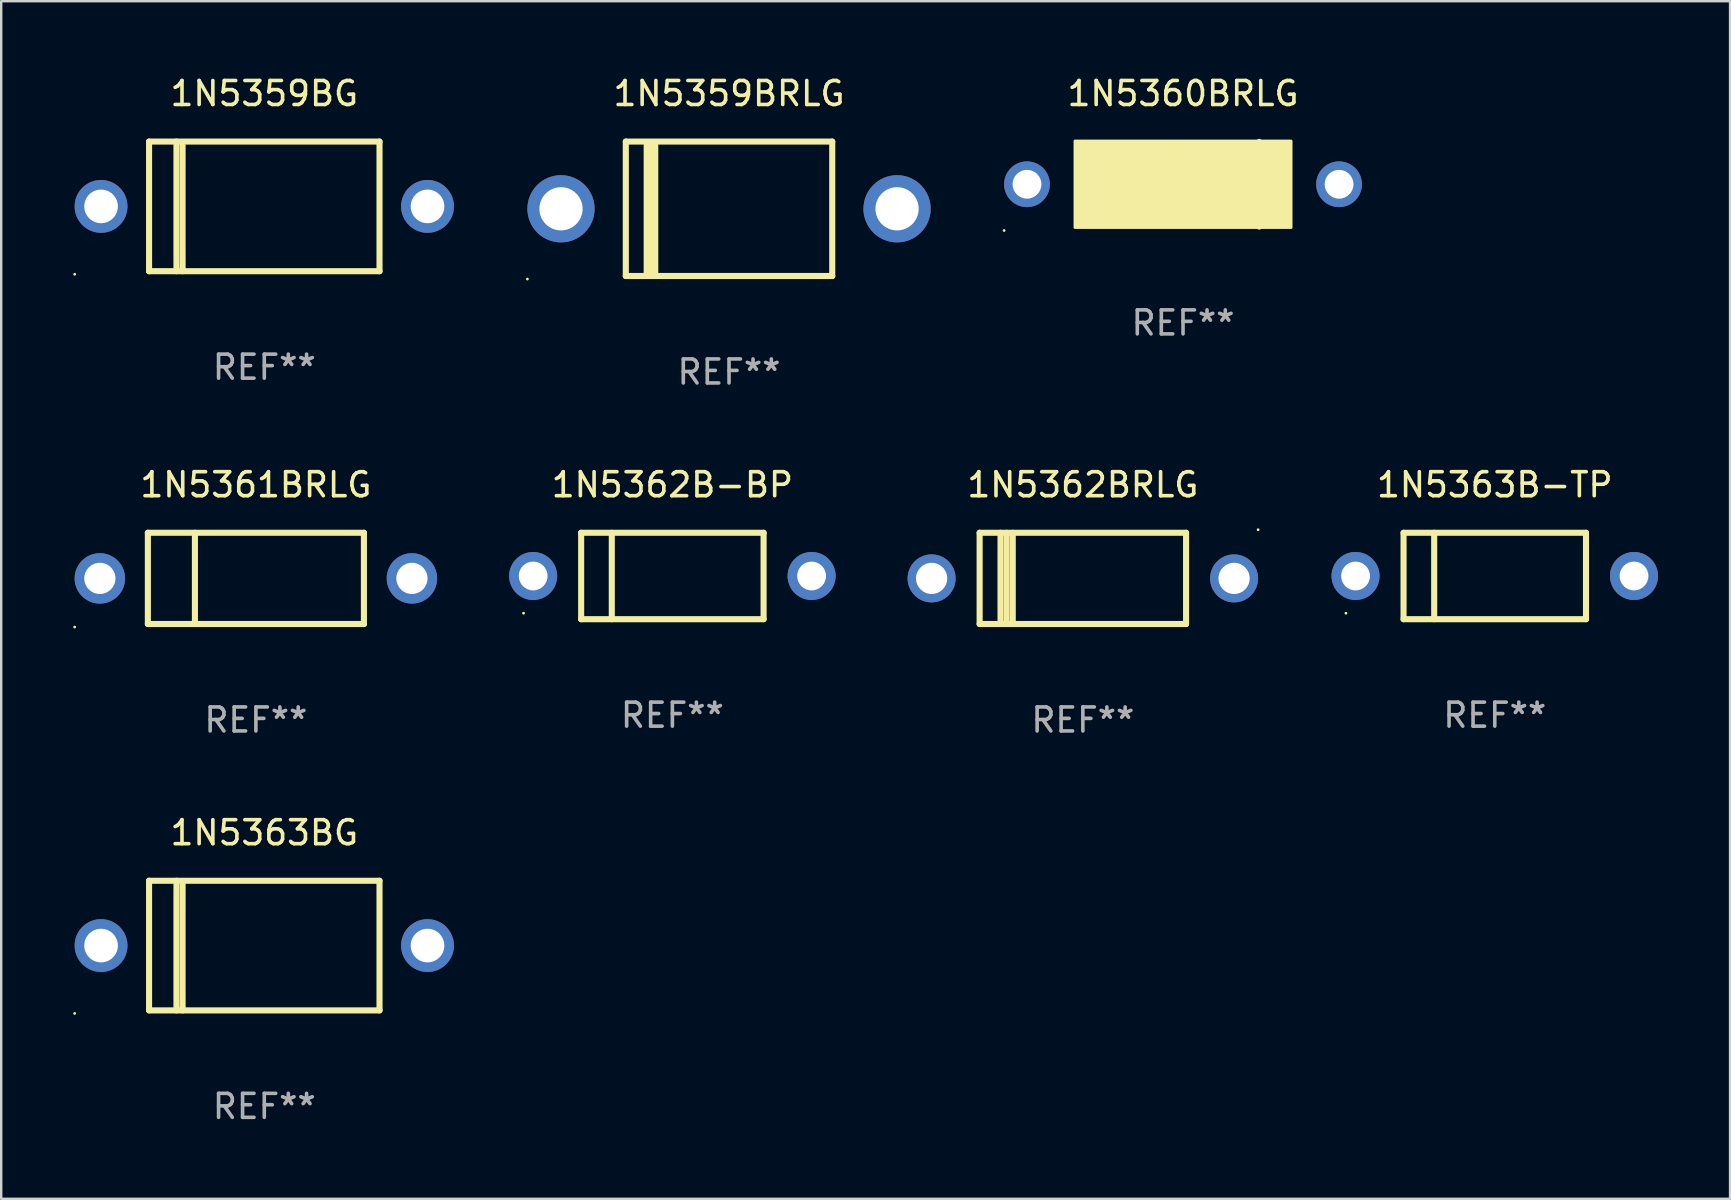
<source format=kicad_pcb>
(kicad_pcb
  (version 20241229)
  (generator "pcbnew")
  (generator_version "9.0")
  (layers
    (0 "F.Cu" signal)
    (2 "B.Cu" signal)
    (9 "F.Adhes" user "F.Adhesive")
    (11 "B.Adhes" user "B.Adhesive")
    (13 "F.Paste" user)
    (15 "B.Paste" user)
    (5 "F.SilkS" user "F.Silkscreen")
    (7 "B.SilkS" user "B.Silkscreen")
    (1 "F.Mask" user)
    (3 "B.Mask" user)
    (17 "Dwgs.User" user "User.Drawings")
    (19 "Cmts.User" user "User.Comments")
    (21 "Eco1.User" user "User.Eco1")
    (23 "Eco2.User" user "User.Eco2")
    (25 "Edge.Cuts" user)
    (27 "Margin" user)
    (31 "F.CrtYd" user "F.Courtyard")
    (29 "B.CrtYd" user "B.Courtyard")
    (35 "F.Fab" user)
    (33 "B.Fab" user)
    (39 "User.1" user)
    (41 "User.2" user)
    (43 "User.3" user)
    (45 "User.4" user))
  (footprint "1N5361BRLG"
    (layer "F.Cu")
    (at 7.61 21.045)
    (property "Reference" "1N5361BRLG" (at 0 -3.9 0) (layer "F.SilkS") (effects (font (size 1 1) (thickness 0.15))))
    (attr through_hole)
    (fp_line (start -4.5 -1.9) (end -4.5 1.9) (stroke (width 0.254) (type solid)) (layer "F.SilkS"))
    (fp_line (start -4.5 -1.9) (end 4.5 -1.9) (stroke (width 0.254) (type solid)) (layer "F.SilkS"))
    (fp_line (start -4.5 1.9) (end 4.5 1.9) (stroke (width 0.254) (type solid)) (layer "F.SilkS"))
    (fp_line (start -2.54 -1.9) (end -2.54 1.9) (stroke (width 0.254) (type solid)) (layer "F.SilkS"))
    (fp_line (start 4.5 -1.9) (end 4.5 1.9) (stroke (width 0.254) (type solid)) (layer "F.SilkS"))
    (fp_circle (center -7.55 2.027) (end -7.52 2.027) (stroke (width 0.06) (type solid)) (fill no) (layer "F.SilkS"))
    (fp_text user "REF**" (at 0 5.9 0) (layer "F.Fab") (effects (font (size 1 1) (thickness 0.15))))
    (pad "1" thru_hole circle (at -6.5 0) (size 2.1 2.1) (drill 1.3) (layers "*.Cu" "*.Mask"))
    (pad "2" thru_hole circle (at 6.5 0) (size 2.1 2.1) (drill 1.3) (layers "*.Cu" "*.Mask")))
  (footprint "1N5362BRLG"
    (layer "F.Cu")
    (at 42.06 21.045)
    (property "Reference" "1N5362BRLG" (at 0 -3.9 0) (layer "F.SilkS") (effects (font (size 1 1) (thickness 0.15))))
    (attr through_hole)
    (fp_line (start -4.3 -1.9) (end 4.3 -1.9) (stroke (width 0.254) (type solid)) (layer "F.SilkS"))
    (fp_line (start -4.3 1.9) (end -4.3 -1.9) (stroke (width 0.254) (type solid)) (layer "F.SilkS"))
    (fp_line (start -3.429 1.9) (end -3.429 -1.9) (stroke (width 0.254) (type solid)) (layer "F.SilkS"))
    (fp_line (start -3.175 1.9) (end -3.175 -1.9) (stroke (width 0.254) (type solid)) (layer "F.SilkS"))
    (fp_line (start -2.921 1.9) (end -2.921 -1.9) (stroke (width 0.254) (type solid)) (layer "F.SilkS"))
    (fp_line (start 4.3 -1.9) (end 4.3 1.9) (stroke (width 0.254) (type solid)) (layer "F.SilkS"))
    (fp_line (start 4.3 1.9) (end -4.3 1.9) (stroke (width 0.254) (type solid)) (layer "F.SilkS"))
    (fp_circle (center 7.3 -2.027) (end 7.33 -2.027) (stroke (width 0.06) (type solid)) (fill no) (layer "F.SilkS"))
    (fp_text user "REF**" (at 0 5.9 0) (layer "F.Fab") (effects (font (size 1 1) (thickness 0.15))))
    (pad "1" thru_hole circle (at 6.3 0) (size 2 2) (drill 1.3) (layers "*.Cu" "*.Mask"))
    (pad "2" thru_hole circle (at -6.3 0) (size 2 2) (drill 1.3) (layers "*.Cu" "*.Mask")))
  (footprint "1N5360BRLG"
    (layer "F.Cu")
    (at 46.233 4.626)
    (property "Reference" "1N5360BRLG" (at 0 -3.778 0) (layer "F.SilkS") (effects (font (size 1 1) (thickness 0.15))))
    (attr through_hole)
    (fp_line (start 3.175 -1.778) (end 3.175 1.778) (stroke (width 0.229) (type solid)) (layer "F.SilkS"))
    (fp_circle (center -7.453 1.927) (end -7.423 1.927) (stroke (width 0.06) (type solid)) (fill no) (layer "F.SilkS"))
    (fp_poly (pts (xy -4.5 -1.8) (xy 4.5 -1.8) (xy 4.5 1.8) (xy -4.5 1.8)) (stroke (width 0.12) (type solid)) (fill yes) (layer "F.SilkS"))
    (fp_text user "REF**" (at 0 5.778 0) (layer "F.Fab") (effects (font (size 1 1) (thickness 0.15))))
    (pad "1" thru_hole circle (at -6.5 0) (size 1.905 1.905) (drill 1.2) (layers "*.Cu" "*.Mask"))
    (pad "2" thru_hole circle (at 6.5 0) (size 1.905 1.905) (drill 1.2) (layers "*.Cu" "*.Mask")))
  (footprint "1N5363BG"
    (layer "F.Cu")
    (at 7.96 36.341)
    (property "Reference" "1N5363BG" (at 0 -4.7 0) (layer "F.SilkS") (effects (font (size 1 1) (thickness 0.15))))
    (attr through_hole)
    (fp_line (start -4.8 -2.7) (end 4.8 -2.7) (stroke (width 0.254) (type solid)) (layer "F.SilkS"))
    (fp_line (start -4.8 2.7) (end -4.8 -2.7) (stroke (width 0.254) (type solid)) (layer "F.SilkS"))
    (fp_line (start -3.658 2.7) (end -3.658 -2.7) (stroke (width 0.254) (type solid)) (layer "F.SilkS"))
    (fp_line (start -3.404 2.7) (end -3.404 -2.54) (stroke (width 0.254) (type solid)) (layer "F.SilkS"))
    (fp_line (start 4.8 2.7) (end -4.8 2.7) (stroke (width 0.254) (type solid)) (layer "F.SilkS"))
    (fp_line (start 4.8 2.7) (end 4.8 -2.7) (stroke (width 0.254) (type solid)) (layer "F.SilkS"))
    (fp_circle (center -7.9 2.827) (end -7.87 2.827) (stroke (width 0.06) (type solid)) (fill no) (layer "F.SilkS"))
    (fp_text user "REF**" (at 0 6.7 0) (layer "F.Fab") (effects (font (size 1 1) (thickness 0.15))))
    (pad "1" thru_hole circle (at -6.8 0) (size 2.2 2.2) (drill 1.4) (layers "*.Cu" "*.Mask"))
    (pad "2" thru_hole circle (at 6.8 0) (size 2.2 2.2) (drill 1.4) (layers "*.Cu" "*.Mask")))
  (footprint "1N5359BG"
    (layer "F.Cu")
    (at 7.96 5.548)
    (property "Reference" "1N5359BG" (at 0 -4.7 0) (layer "F.SilkS") (effects (font (size 1 1) (thickness 0.15))))
    (attr through_hole)
    (fp_line (start -4.8 -2.7) (end 4.8 -2.7) (stroke (width 0.254) (type solid)) (layer "F.SilkS"))
    (fp_line (start -4.8 2.7) (end -4.8 -2.7) (stroke (width 0.254) (type solid)) (layer "F.SilkS"))
    (fp_line (start -3.658 2.7) (end -3.658 -2.7) (stroke (width 0.254) (type solid)) (layer "F.SilkS"))
    (fp_line (start -3.404 2.7) (end -3.404 -2.54) (stroke (width 0.254) (type solid)) (layer "F.SilkS"))
    (fp_line (start 4.8 2.7) (end -4.8 2.7) (stroke (width 0.254) (type solid)) (layer "F.SilkS"))
    (fp_line (start 4.8 2.7) (end 4.8 -2.7) (stroke (width 0.254) (type solid)) (layer "F.SilkS"))
    (fp_circle (center -7.9 2.827) (end -7.87 2.827) (stroke (width 0.06) (type solid)) (fill no) (layer "F.SilkS"))
    (fp_text user "REF**" (at 0 6.7 0) (layer "F.Fab") (effects (font (size 1 1) (thickness 0.15))))
    (pad "1" thru_hole circle (at -6.8 0) (size 2.2 2.2) (drill 1.4) (layers "*.Cu" "*.Mask"))
    (pad "2" thru_hole circle (at 6.8 0) (size 2.2 2.2) (drill 1.4) (layers "*.Cu" "*.Mask")))
  (footprint "1N5363B-TP"
    (layer "F.Cu")
    (at 59.22 20.945)
    (property "Reference" "1N5363B-TP" (at 0 -3.8 0) (layer "F.SilkS") (effects (font (size 1 1) (thickness 0.15))))
    (attr through_hole)
    (fp_line (start -3.8 -1.8) (end -3.8 1.8) (stroke (width 0.254) (type solid)) (layer "F.SilkS"))
    (fp_line (start -3.8 -1.8) (end 3.8 -1.8) (stroke (width 0.254) (type solid)) (layer "F.SilkS"))
    (fp_line (start -3.8 1.8) (end 3.8 1.8) (stroke (width 0.254) (type solid)) (layer "F.SilkS"))
    (fp_line (start -2.524 -1.8) (end -2.524 1.8) (stroke (width 0.254) (type solid)) (layer "F.SilkS"))
    (fp_line (start 3.8 -1.8) (end 3.8 1.8) (stroke (width 0.254) (type solid)) (layer "F.SilkS"))
    (fp_circle (center -6.2 1.55) (end -6.17 1.55) (stroke (width 0.06) (type solid)) (fill no) (layer "F.SilkS"))
    (fp_text user "REF**" (at 0 5.8 0) (layer "F.Fab") (effects (font (size 1 1) (thickness 0.15))))
    (pad "1" thru_hole circle (at -5.8 0) (size 2 2) (drill 1.2) (layers "*.Cu" "*.Mask"))
    (pad "2" thru_hole circle (at 5.8 0) (size 2 2) (drill 1.2) (layers "*.Cu" "*.Mask")))
  (footprint "1N5359BRLG"
    (layer "F.Cu")
    (at 27.32 5.648)
    (property "Reference" "1N5359BRLG" (at 0 -4.8 0) (layer "F.SilkS") (effects (font (size 1 1) (thickness 0.15))))
    (attr through_hole)
    (fp_line (start -4.3 -2.8) (end -4.3 2.8) (stroke (width 0.254) (type solid)) (layer "F.SilkS"))
    (fp_line (start -4.3 -2.8) (end 4.3 -2.8) (stroke (width 0.254) (type solid)) (layer "F.SilkS"))
    (fp_line (start -4.3 2.8) (end 4.3 2.8) (stroke (width 0.254) (type solid)) (layer "F.SilkS"))
    (fp_line (start -3.442 2.667) (end -3.442 -2.667) (stroke (width 0.229) (type solid)) (layer "F.SilkS"))
    (fp_line (start -3.315 2.667) (end -3.315 -2.667) (stroke (width 0.229) (type solid)) (layer "F.SilkS"))
    (fp_line (start -3.188 2.667) (end -3.188 -2.667) (stroke (width 0.229) (type solid)) (layer "F.SilkS"))
    (fp_line (start -3.061 2.667) (end -3.061 -2.667) (stroke (width 0.229) (type solid)) (layer "F.SilkS"))
    (fp_line (start 4.3 -2.8) (end 4.3 2.8) (stroke (width 0.254) (type solid)) (layer "F.SilkS"))
    (fp_circle (center -8.4 2.927) (end -8.37 2.927) (stroke (width 0.06) (type solid)) (fill no) (layer "F.SilkS"))
    (fp_text user "REF**" (at 0 6.8 0) (layer "F.Fab") (effects (font (size 1 1) (thickness 0.15))))
    (pad "1" thru_hole circle (at -7 0) (size 2.8 2.8) (drill 1.8) (layers "*.Cu" "*.Mask"))
    (pad "2" thru_hole circle (at 7 0) (size 2.8 2.8) (drill 1.8) (layers "*.Cu" "*.Mask")))
  (footprint "1N5362B-BP"
    (layer "F.Cu")
    (at 24.96 20.945)
    (property "Reference" "1N5362B-BP" (at 0 -3.8 0) (layer "F.SilkS") (effects (font (size 1 1) (thickness 0.15))))
    (attr through_hole)
    (fp_line (start -3.8 -1.8) (end -3.8 1.8) (stroke (width 0.254) (type solid)) (layer "F.SilkS"))
    (fp_line (start -3.8 -1.8) (end 3.8 -1.8) (stroke (width 0.254) (type solid)) (layer "F.SilkS"))
    (fp_line (start -3.8 1.8) (end 3.8 1.8) (stroke (width 0.254) (type solid)) (layer "F.SilkS"))
    (fp_line (start -2.524 -1.8) (end -2.524 1.8) (stroke (width 0.254) (type solid)) (layer "F.SilkS"))
    (fp_line (start 3.8 -1.8) (end 3.8 1.8) (stroke (width 0.254) (type solid)) (layer "F.SilkS"))
    (fp_circle (center -6.2 1.55) (end -6.17 1.55) (stroke (width 0.06) (type solid)) (fill no) (layer "F.SilkS"))
    (fp_text user "REF**" (at 0 5.8 0) (layer "F.Fab") (effects (font (size 1 1) (thickness 0.15))))
    (pad "1" thru_hole circle (at -5.8 0) (size 2 2) (drill 1.2) (layers "*.Cu" "*.Mask"))
    (pad "2" thru_hole circle (at 5.8 0) (size 2 2) (drill 1.2) (layers "*.Cu" "*.Mask")))
  (gr_rect
    (start -3 -3)
    (end 69.021 46.89)
    (stroke (width 0.1) (type default))
    (fill no)
    (layer "Edge.Cuts")))
</source>
